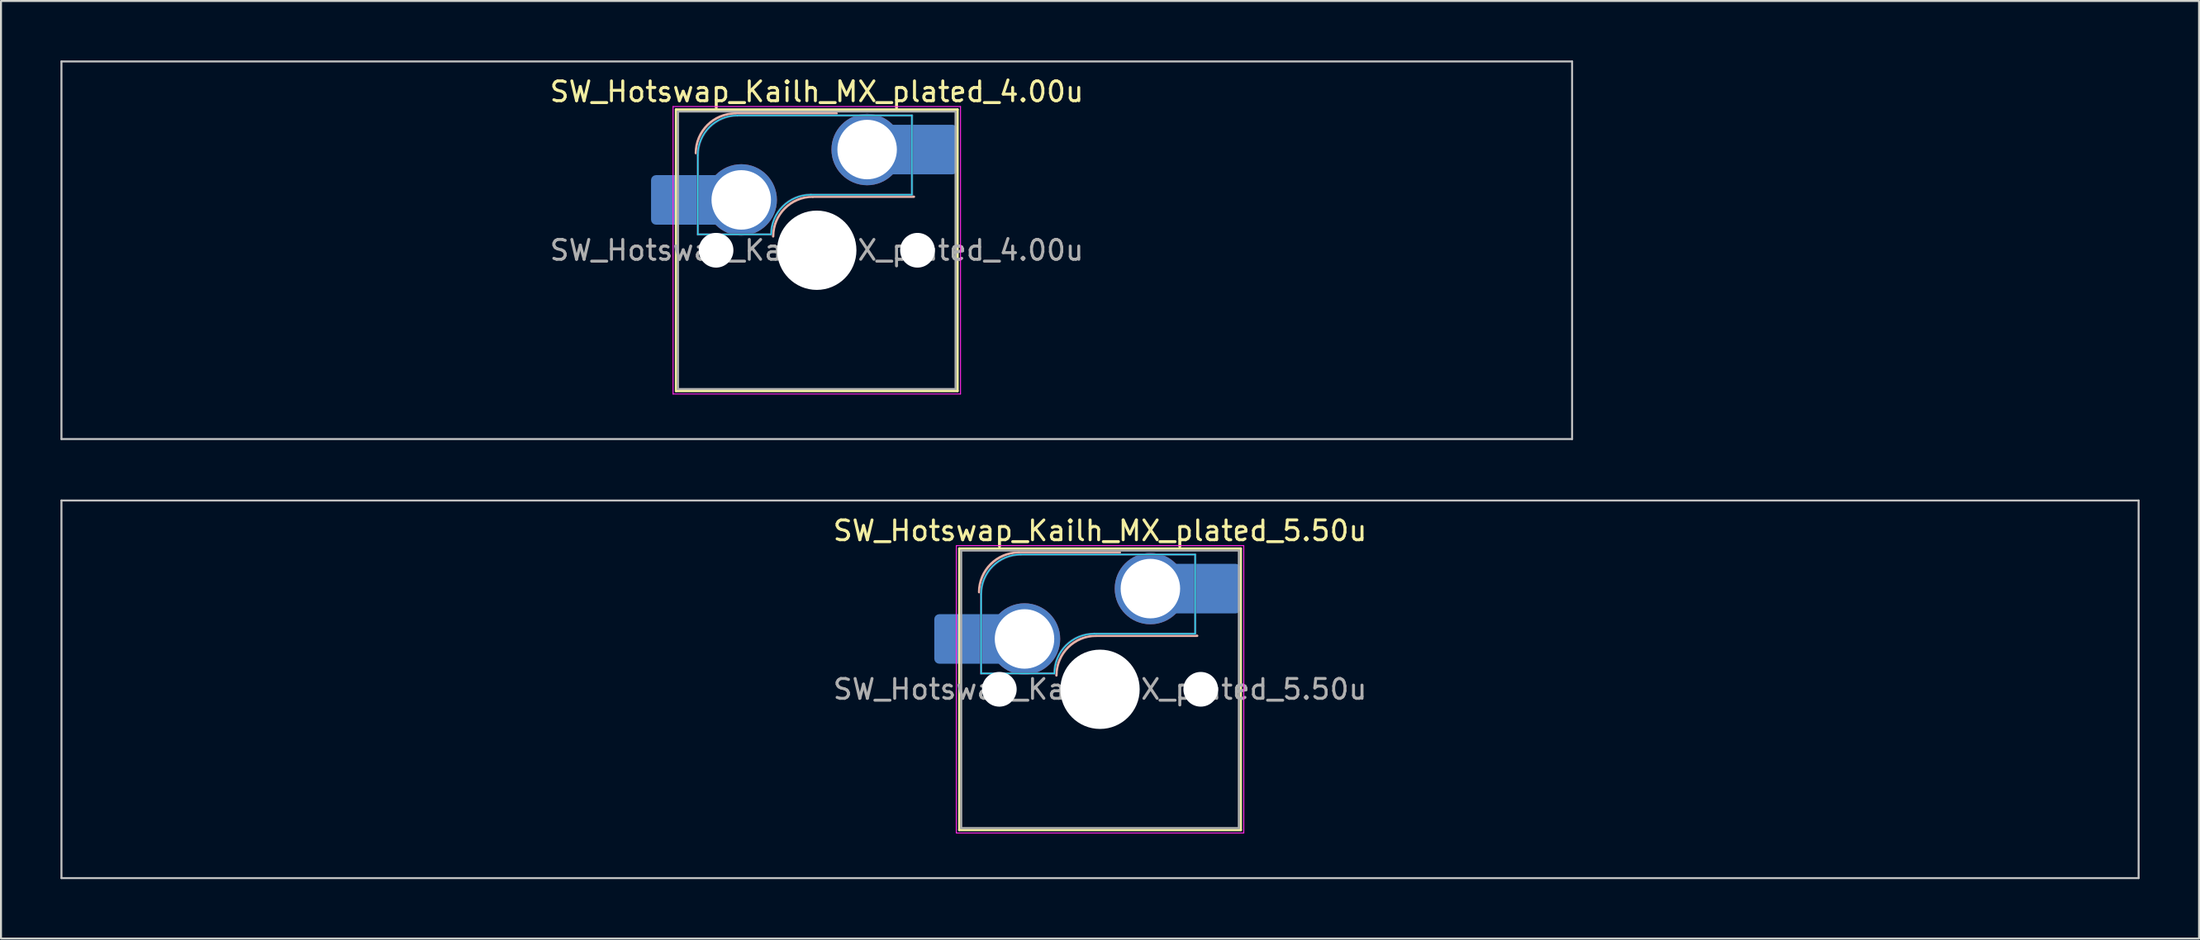
<source format=kicad_pcb>
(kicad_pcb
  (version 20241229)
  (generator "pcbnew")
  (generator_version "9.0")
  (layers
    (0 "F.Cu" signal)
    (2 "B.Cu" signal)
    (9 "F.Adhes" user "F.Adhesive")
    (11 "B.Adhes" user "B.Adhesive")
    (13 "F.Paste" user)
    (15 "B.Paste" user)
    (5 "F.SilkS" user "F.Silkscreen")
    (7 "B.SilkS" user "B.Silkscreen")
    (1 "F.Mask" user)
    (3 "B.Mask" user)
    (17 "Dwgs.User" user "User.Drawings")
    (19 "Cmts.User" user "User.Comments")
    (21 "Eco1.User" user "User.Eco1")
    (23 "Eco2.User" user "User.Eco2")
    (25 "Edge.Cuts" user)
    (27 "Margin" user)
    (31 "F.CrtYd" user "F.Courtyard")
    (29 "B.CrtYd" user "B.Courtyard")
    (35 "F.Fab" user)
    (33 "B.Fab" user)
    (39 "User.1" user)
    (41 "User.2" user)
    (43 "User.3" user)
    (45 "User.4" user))
  (footprint "SW_Hotswap_Kailh_MX_plated_5.50u"
    (layer "F.Cu")
    (at 52.438 31.725)
    (property "Reference" "SW_Hotswap_Kailh_MX_plated_5.50u" (at 0 -8 0) (layer "F.SilkS") (effects (font (size 1 1) (thickness 0.15))))
    (attr smd)
    (fp_line (start -7.1 -7.1) (end -7.1 7.1) (stroke (width 0.12) (type solid)) (layer "F.SilkS"))
    (fp_line (start -7.1 7.1) (end 7.1 7.1) (stroke (width 0.12) (type solid)) (layer "F.SilkS"))
    (fp_line (start 7.1 -7.1) (end -7.1 -7.1) (stroke (width 0.12) (type solid)) (layer "F.SilkS"))
    (fp_line (start 7.1 7.1) (end 7.1 -7.1) (stroke (width 0.12) (type solid)) (layer "F.SilkS"))
    (fp_line (start -4.1 -6.9) (end 1 -6.9) (stroke (width 0.12) (type solid)) (layer "B.SilkS"))
    (fp_line (start -0.2 -2.7) (end 4.9 -2.7) (stroke (width 0.12) (type solid)) (layer "B.SilkS"))
    (fp_arc (start -6.1 -4.9) (mid -5.514214 -6.314214) (end -4.1 -6.9) (stroke (width 0.12) (type solid)) (layer "B.SilkS"))
    (fp_arc (start -2.2 -0.7) (mid -1.614214 -2.114214) (end -0.2 -2.7) (stroke (width 0.12) (type solid)) (layer "B.SilkS"))
    (fp_line (start -52.388 -9.525) (end -52.388 9.525) (stroke (width 0.1) (type solid)) (layer "Dwgs.User"))
    (fp_line (start -52.388 9.525) (end 52.388 9.525) (stroke (width 0.1) (type solid)) (layer "Dwgs.User"))
    (fp_line (start 52.388 -9.525) (end -52.388 -9.525) (stroke (width 0.1) (type solid)) (layer "Dwgs.User"))
    (fp_line (start 52.388 9.525) (end 52.388 -9.525) (stroke (width 0.1) (type solid)) (layer "Dwgs.User"))
    (fp_line (start -7.8 -6) (end -7 -6) (stroke (width 0.1) (type solid)) (layer "Eco1.User"))
    (fp_line (start -7.8 -2.9) (end -7.8 -6) (stroke (width 0.1) (type solid)) (layer "Eco1.User"))
    (fp_line (start -7.8 2.9) (end -7 2.9) (stroke (width 0.1) (type solid)) (layer "Eco1.User"))
    (fp_line (start -7.8 6) (end -7.8 2.9) (stroke (width 0.1) (type solid)) (layer "Eco1.User"))
    (fp_line (start -7 -7) (end 7 -7) (stroke (width 0.1) (type solid)) (layer "Eco1.User"))
    (fp_line (start -7 -6) (end -7 -7) (stroke (width 0.1) (type solid)) (layer "Eco1.User"))
    (fp_line (start -7 -2.9) (end -7.8 -2.9) (stroke (width 0.1) (type solid)) (layer "Eco1.User"))
    (fp_line (start -7 2.9) (end -7 -2.9) (stroke (width 0.1) (type solid)) (layer "Eco1.User"))
    (fp_line (start -7 6) (end -7.8 6) (stroke (width 0.1) (type solid)) (layer "Eco1.User"))
    (fp_line (start -7 7) (end -7 6) (stroke (width 0.1) (type solid)) (layer "Eco1.User"))
    (fp_line (start 7 -7) (end 7 -6) (stroke (width 0.1) (type solid)) (layer "Eco1.User"))
    (fp_line (start 7 -6) (end 7.8 -6) (stroke (width 0.1) (type solid)) (layer "Eco1.User"))
    (fp_line (start 7 -2.9) (end 7 2.9) (stroke (width 0.1) (type solid)) (layer "Eco1.User"))
    (fp_line (start 7 2.9) (end 7.8 2.9) (stroke (width 0.1) (type solid)) (layer "Eco1.User"))
    (fp_line (start 7 6) (end 7 7) (stroke (width 0.1) (type solid)) (layer "Eco1.User"))
    (fp_line (start 7 7) (end -7 7) (stroke (width 0.1) (type solid)) (layer "Eco1.User"))
    (fp_line (start 7.8 -6) (end 7.8 -2.9) (stroke (width 0.1) (type solid)) (layer "Eco1.User"))
    (fp_line (start 7.8 -2.9) (end 7 -2.9) (stroke (width 0.1) (type solid)) (layer "Eco1.User"))
    (fp_line (start 7.8 2.9) (end 7.8 6) (stroke (width 0.1) (type solid)) (layer "Eco1.User"))
    (fp_line (start 7.8 6) (end 7 6) (stroke (width 0.1) (type solid)) (layer "Eco1.User"))
    (fp_line (start -6 -0.8) (end -6 -4.8) (stroke (width 0.05) (type solid)) (layer "B.CrtYd"))
    (fp_line (start -6 -0.8) (end -2.3 -0.8) (stroke (width 0.05) (type solid)) (layer "B.CrtYd"))
    (fp_line (start -4 -6.8) (end 4.8 -6.8) (stroke (width 0.05) (type solid)) (layer "B.CrtYd"))
    (fp_line (start -0.3 -2.8) (end 4.8 -2.8) (stroke (width 0.05) (type solid)) (layer "B.CrtYd"))
    (fp_line (start 4.8 -6.8) (end 4.8 -2.8) (stroke (width 0.05) (type solid)) (layer "B.CrtYd"))
    (fp_arc (start -6 -4.8) (mid -5.414214 -6.214214) (end -4 -6.8) (stroke (width 0.05) (type solid)) (layer "B.CrtYd"))
    (fp_arc (start -2.3 -0.8) (mid -1.714214 -2.214214) (end -0.3 -2.8) (stroke (width 0.05) (type solid)) (layer "B.CrtYd"))
    (fp_line (start -7.25 -7.25) (end -7.25 7.25) (stroke (width 0.05) (type solid)) (layer "F.CrtYd"))
    (fp_line (start -7.25 7.25) (end 7.25 7.25) (stroke (width 0.05) (type solid)) (layer "F.CrtYd"))
    (fp_line (start 7.25 -7.25) (end -7.25 -7.25) (stroke (width 0.05) (type solid)) (layer "F.CrtYd"))
    (fp_line (start 7.25 7.25) (end 7.25 -7.25) (stroke (width 0.05) (type solid)) (layer "F.CrtYd"))
    (fp_line (start -6 -0.8) (end -6 -4.8) (stroke (width 0.12) (type solid)) (layer "B.Fab"))
    (fp_line (start -6 -0.8) (end -2.3 -0.8) (stroke (width 0.12) (type solid)) (layer "B.Fab"))
    (fp_line (start -4 -6.8) (end 4.8 -6.8) (stroke (width 0.12) (type solid)) (layer "B.Fab"))
    (fp_line (start -0.3 -2.8) (end 4.8 -2.8) (stroke (width 0.12) (type solid)) (layer "B.Fab"))
    (fp_line (start 4.8 -6.8) (end 4.8 -2.8) (stroke (width 0.12) (type solid)) (layer "B.Fab"))
    (fp_arc (start -6 -4.8) (mid -5.414214 -6.214214) (end -4 -6.8) (stroke (width 0.12) (type solid)) (layer "B.Fab"))
    (fp_arc (start -2.3 -0.8) (mid -1.714214 -2.214214) (end -0.3 -2.8) (stroke (width 0.12) (type solid)) (layer "B.Fab"))
    (fp_line (start -7 -7) (end -7 7) (stroke (width 0.1) (type solid)) (layer "F.Fab"))
    (fp_line (start -7 7) (end 7 7) (stroke (width 0.1) (type solid)) (layer "F.Fab"))
    (fp_line (start 7 -7) (end -7 -7) (stroke (width 0.1) (type solid)) (layer "F.Fab"))
    (fp_line (start 7 7) (end 7 -7) (stroke (width 0.1) (type solid)) (layer "F.Fab"))
    (fp_text user "${REFERENCE}" (at 0 0 0) (layer "F.Fab") (effects (font (size 1 1) (thickness 0.15))))
    (pad "" smd roundrect (at -7.085 -2.54) (size 2.55 2.5) (layers "B.Mask" "B.Paste") (roundrect_rratio 0.1))
    (pad "" np_thru_hole circle (at -5.08 0) (size 1.75 1.75) (drill 1.75) (layers "*.Cu" "*.Mask"))
    (pad "" np_thru_hole circle (at 0 0) (size 4 4) (drill 4) (layers "*.Cu" "*.Mask"))
    (pad "" np_thru_hole circle (at 5.08 0) (size 1.75 1.75) (drill 1.75) (layers "*.Cu" "*.Mask"))
    (pad "" smd roundrect (at 5.842 -5.08) (size 2.55 2.5) (layers "B.Mask" "B.Paste") (roundrect_rratio 0.1))
    (pad "1" smd roundrect (at -6.585 -2.54) (size 3.55 2.5) (layers "B.Cu") (roundrect_rratio 0.1))
    (pad "1" thru_hole circle (at -3.81 -2.54) (size 3.6 3.6) (drill 3) (layers "*.Cu" "B.Mask"))
    (pad "2" thru_hole circle (at 2.54 -5.08) (size 3.6 3.6) (drill 3) (layers "*.Cu" "B.Mask"))
    (pad "2" smd roundrect (at 5.32 -5.08) (size 3.55 2.5) (layers "B.Cu") (roundrect_rratio 0.1)))
  (footprint "SW_Hotswap_Kailh_MX_plated_4.00u"
    (layer "F.Cu")
    (at 38.15 9.575)
    (property "Reference" "SW_Hotswap_Kailh_MX_plated_4.00u" (at 0 -8 0) (layer "F.SilkS") (effects (font (size 1 1) (thickness 0.15))))
    (attr smd)
    (fp_line (start -7.1 -7.1) (end -7.1 7.1) (stroke (width 0.12) (type solid)) (layer "F.SilkS"))
    (fp_line (start -7.1 7.1) (end 7.1 7.1) (stroke (width 0.12) (type solid)) (layer "F.SilkS"))
    (fp_line (start 7.1 -7.1) (end -7.1 -7.1) (stroke (width 0.12) (type solid)) (layer "F.SilkS"))
    (fp_line (start 7.1 7.1) (end 7.1 -7.1) (stroke (width 0.12) (type solid)) (layer "F.SilkS"))
    (fp_line (start -4.1 -6.9) (end 1 -6.9) (stroke (width 0.12) (type solid)) (layer "B.SilkS"))
    (fp_line (start -0.2 -2.7) (end 4.9 -2.7) (stroke (width 0.12) (type solid)) (layer "B.SilkS"))
    (fp_arc (start -6.1 -4.9) (mid -5.514214 -6.314214) (end -4.1 -6.9) (stroke (width 0.12) (type solid)) (layer "B.SilkS"))
    (fp_arc (start -2.2 -0.7) (mid -1.614214 -2.114214) (end -0.2 -2.7) (stroke (width 0.12) (type solid)) (layer "B.SilkS"))
    (fp_line (start -38.1 -9.525) (end -38.1 9.525) (stroke (width 0.1) (type solid)) (layer "Dwgs.User"))
    (fp_line (start -38.1 9.525) (end 38.1 9.525) (stroke (width 0.1) (type solid)) (layer "Dwgs.User"))
    (fp_line (start 38.1 -9.525) (end -38.1 -9.525) (stroke (width 0.1) (type solid)) (layer "Dwgs.User"))
    (fp_line (start 38.1 9.525) (end 38.1 -9.525) (stroke (width 0.1) (type solid)) (layer "Dwgs.User"))
    (fp_line (start -7.8 -6) (end -7 -6) (stroke (width 0.1) (type solid)) (layer "Eco1.User"))
    (fp_line (start -7.8 -2.9) (end -7.8 -6) (stroke (width 0.1) (type solid)) (layer "Eco1.User"))
    (fp_line (start -7.8 2.9) (end -7 2.9) (stroke (width 0.1) (type solid)) (layer "Eco1.User"))
    (fp_line (start -7.8 6) (end -7.8 2.9) (stroke (width 0.1) (type solid)) (layer "Eco1.User"))
    (fp_line (start -7 -7) (end 7 -7) (stroke (width 0.1) (type solid)) (layer "Eco1.User"))
    (fp_line (start -7 -6) (end -7 -7) (stroke (width 0.1) (type solid)) (layer "Eco1.User"))
    (fp_line (start -7 -2.9) (end -7.8 -2.9) (stroke (width 0.1) (type solid)) (layer "Eco1.User"))
    (fp_line (start -7 2.9) (end -7 -2.9) (stroke (width 0.1) (type solid)) (layer "Eco1.User"))
    (fp_line (start -7 6) (end -7.8 6) (stroke (width 0.1) (type solid)) (layer "Eco1.User"))
    (fp_line (start -7 7) (end -7 6) (stroke (width 0.1) (type solid)) (layer "Eco1.User"))
    (fp_line (start 7 -7) (end 7 -6) (stroke (width 0.1) (type solid)) (layer "Eco1.User"))
    (fp_line (start 7 -6) (end 7.8 -6) (stroke (width 0.1) (type solid)) (layer "Eco1.User"))
    (fp_line (start 7 -2.9) (end 7 2.9) (stroke (width 0.1) (type solid)) (layer "Eco1.User"))
    (fp_line (start 7 2.9) (end 7.8 2.9) (stroke (width 0.1) (type solid)) (layer "Eco1.User"))
    (fp_line (start 7 6) (end 7 7) (stroke (width 0.1) (type solid)) (layer "Eco1.User"))
    (fp_line (start 7 7) (end -7 7) (stroke (width 0.1) (type solid)) (layer "Eco1.User"))
    (fp_line (start 7.8 -6) (end 7.8 -2.9) (stroke (width 0.1) (type solid)) (layer "Eco1.User"))
    (fp_line (start 7.8 -2.9) (end 7 -2.9) (stroke (width 0.1) (type solid)) (layer "Eco1.User"))
    (fp_line (start 7.8 2.9) (end 7.8 6) (stroke (width 0.1) (type solid)) (layer "Eco1.User"))
    (fp_line (start 7.8 6) (end 7 6) (stroke (width 0.1) (type solid)) (layer "Eco1.User"))
    (fp_line (start -6 -0.8) (end -6 -4.8) (stroke (width 0.05) (type solid)) (layer "B.CrtYd"))
    (fp_line (start -6 -0.8) (end -2.3 -0.8) (stroke (width 0.05) (type solid)) (layer "B.CrtYd"))
    (fp_line (start -4 -6.8) (end 4.8 -6.8) (stroke (width 0.05) (type solid)) (layer "B.CrtYd"))
    (fp_line (start -0.3 -2.8) (end 4.8 -2.8) (stroke (width 0.05) (type solid)) (layer "B.CrtYd"))
    (fp_line (start 4.8 -6.8) (end 4.8 -2.8) (stroke (width 0.05) (type solid)) (layer "B.CrtYd"))
    (fp_arc (start -6 -4.8) (mid -5.414214 -6.214214) (end -4 -6.8) (stroke (width 0.05) (type solid)) (layer "B.CrtYd"))
    (fp_arc (start -2.3 -0.8) (mid -1.714214 -2.214214) (end -0.3 -2.8) (stroke (width 0.05) (type solid)) (layer "B.CrtYd"))
    (fp_line (start -7.25 -7.25) (end -7.25 7.25) (stroke (width 0.05) (type solid)) (layer "F.CrtYd"))
    (fp_line (start -7.25 7.25) (end 7.25 7.25) (stroke (width 0.05) (type solid)) (layer "F.CrtYd"))
    (fp_line (start 7.25 -7.25) (end -7.25 -7.25) (stroke (width 0.05) (type solid)) (layer "F.CrtYd"))
    (fp_line (start 7.25 7.25) (end 7.25 -7.25) (stroke (width 0.05) (type solid)) (layer "F.CrtYd"))
    (fp_line (start -6 -0.8) (end -6 -4.8) (stroke (width 0.12) (type solid)) (layer "B.Fab"))
    (fp_line (start -6 -0.8) (end -2.3 -0.8) (stroke (width 0.12) (type solid)) (layer "B.Fab"))
    (fp_line (start -4 -6.8) (end 4.8 -6.8) (stroke (width 0.12) (type solid)) (layer "B.Fab"))
    (fp_line (start -0.3 -2.8) (end 4.8 -2.8) (stroke (width 0.12) (type solid)) (layer "B.Fab"))
    (fp_line (start 4.8 -6.8) (end 4.8 -2.8) (stroke (width 0.12) (type solid)) (layer "B.Fab"))
    (fp_arc (start -6 -4.8) (mid -5.414214 -6.214214) (end -4 -6.8) (stroke (width 0.12) (type solid)) (layer "B.Fab"))
    (fp_arc (start -2.3 -0.8) (mid -1.714214 -2.214214) (end -0.3 -2.8) (stroke (width 0.12) (type solid)) (layer "B.Fab"))
    (fp_line (start -7 -7) (end -7 7) (stroke (width 0.1) (type solid)) (layer "F.Fab"))
    (fp_line (start -7 7) (end 7 7) (stroke (width 0.1) (type solid)) (layer "F.Fab"))
    (fp_line (start 7 -7) (end -7 -7) (stroke (width 0.1) (type solid)) (layer "F.Fab"))
    (fp_line (start 7 7) (end 7 -7) (stroke (width 0.1) (type solid)) (layer "F.Fab"))
    (fp_text user "${REFERENCE}" (at 0 0 0) (layer "F.Fab") (effects (font (size 1 1) (thickness 0.15))))
    (pad "" smd roundrect (at -7.085 -2.54) (size 2.55 2.5) (layers "B.Mask" "B.Paste") (roundrect_rratio 0.1))
    (pad "" np_thru_hole circle (at -5.08 0) (size 1.75 1.75) (drill 1.75) (layers "*.Cu" "*.Mask"))
    (pad "" np_thru_hole circle (at 0 0) (size 4 4) (drill 4) (layers "*.Cu" "*.Mask"))
    (pad "" np_thru_hole circle (at 5.08 0) (size 1.75 1.75) (drill 1.75) (layers "*.Cu" "*.Mask"))
    (pad "" smd roundrect (at 5.842 -5.08) (size 2.55 2.5) (layers "B.Mask" "B.Paste") (roundrect_rratio 0.1))
    (pad "1" smd roundrect (at -6.585 -2.54) (size 3.55 2.5) (layers "B.Cu") (roundrect_rratio 0.1))
    (pad "1" thru_hole circle (at -3.81 -2.54) (size 3.6 3.6) (drill 3) (layers "*.Cu" "B.Mask"))
    (pad "2" thru_hole circle (at 2.54 -5.08) (size 3.6 3.6) (drill 3) (layers "*.Cu" "B.Mask"))
    (pad "2" smd roundrect (at 5.32 -5.08) (size 3.55 2.5) (layers "B.Cu") (roundrect_rratio 0.1)))
  (gr_rect
    (start -3 -3)
    (end 107.875 44.3)
    (stroke (width 0.1) (type default))
    (fill no)
    (layer "Edge.Cuts")))
</source>
